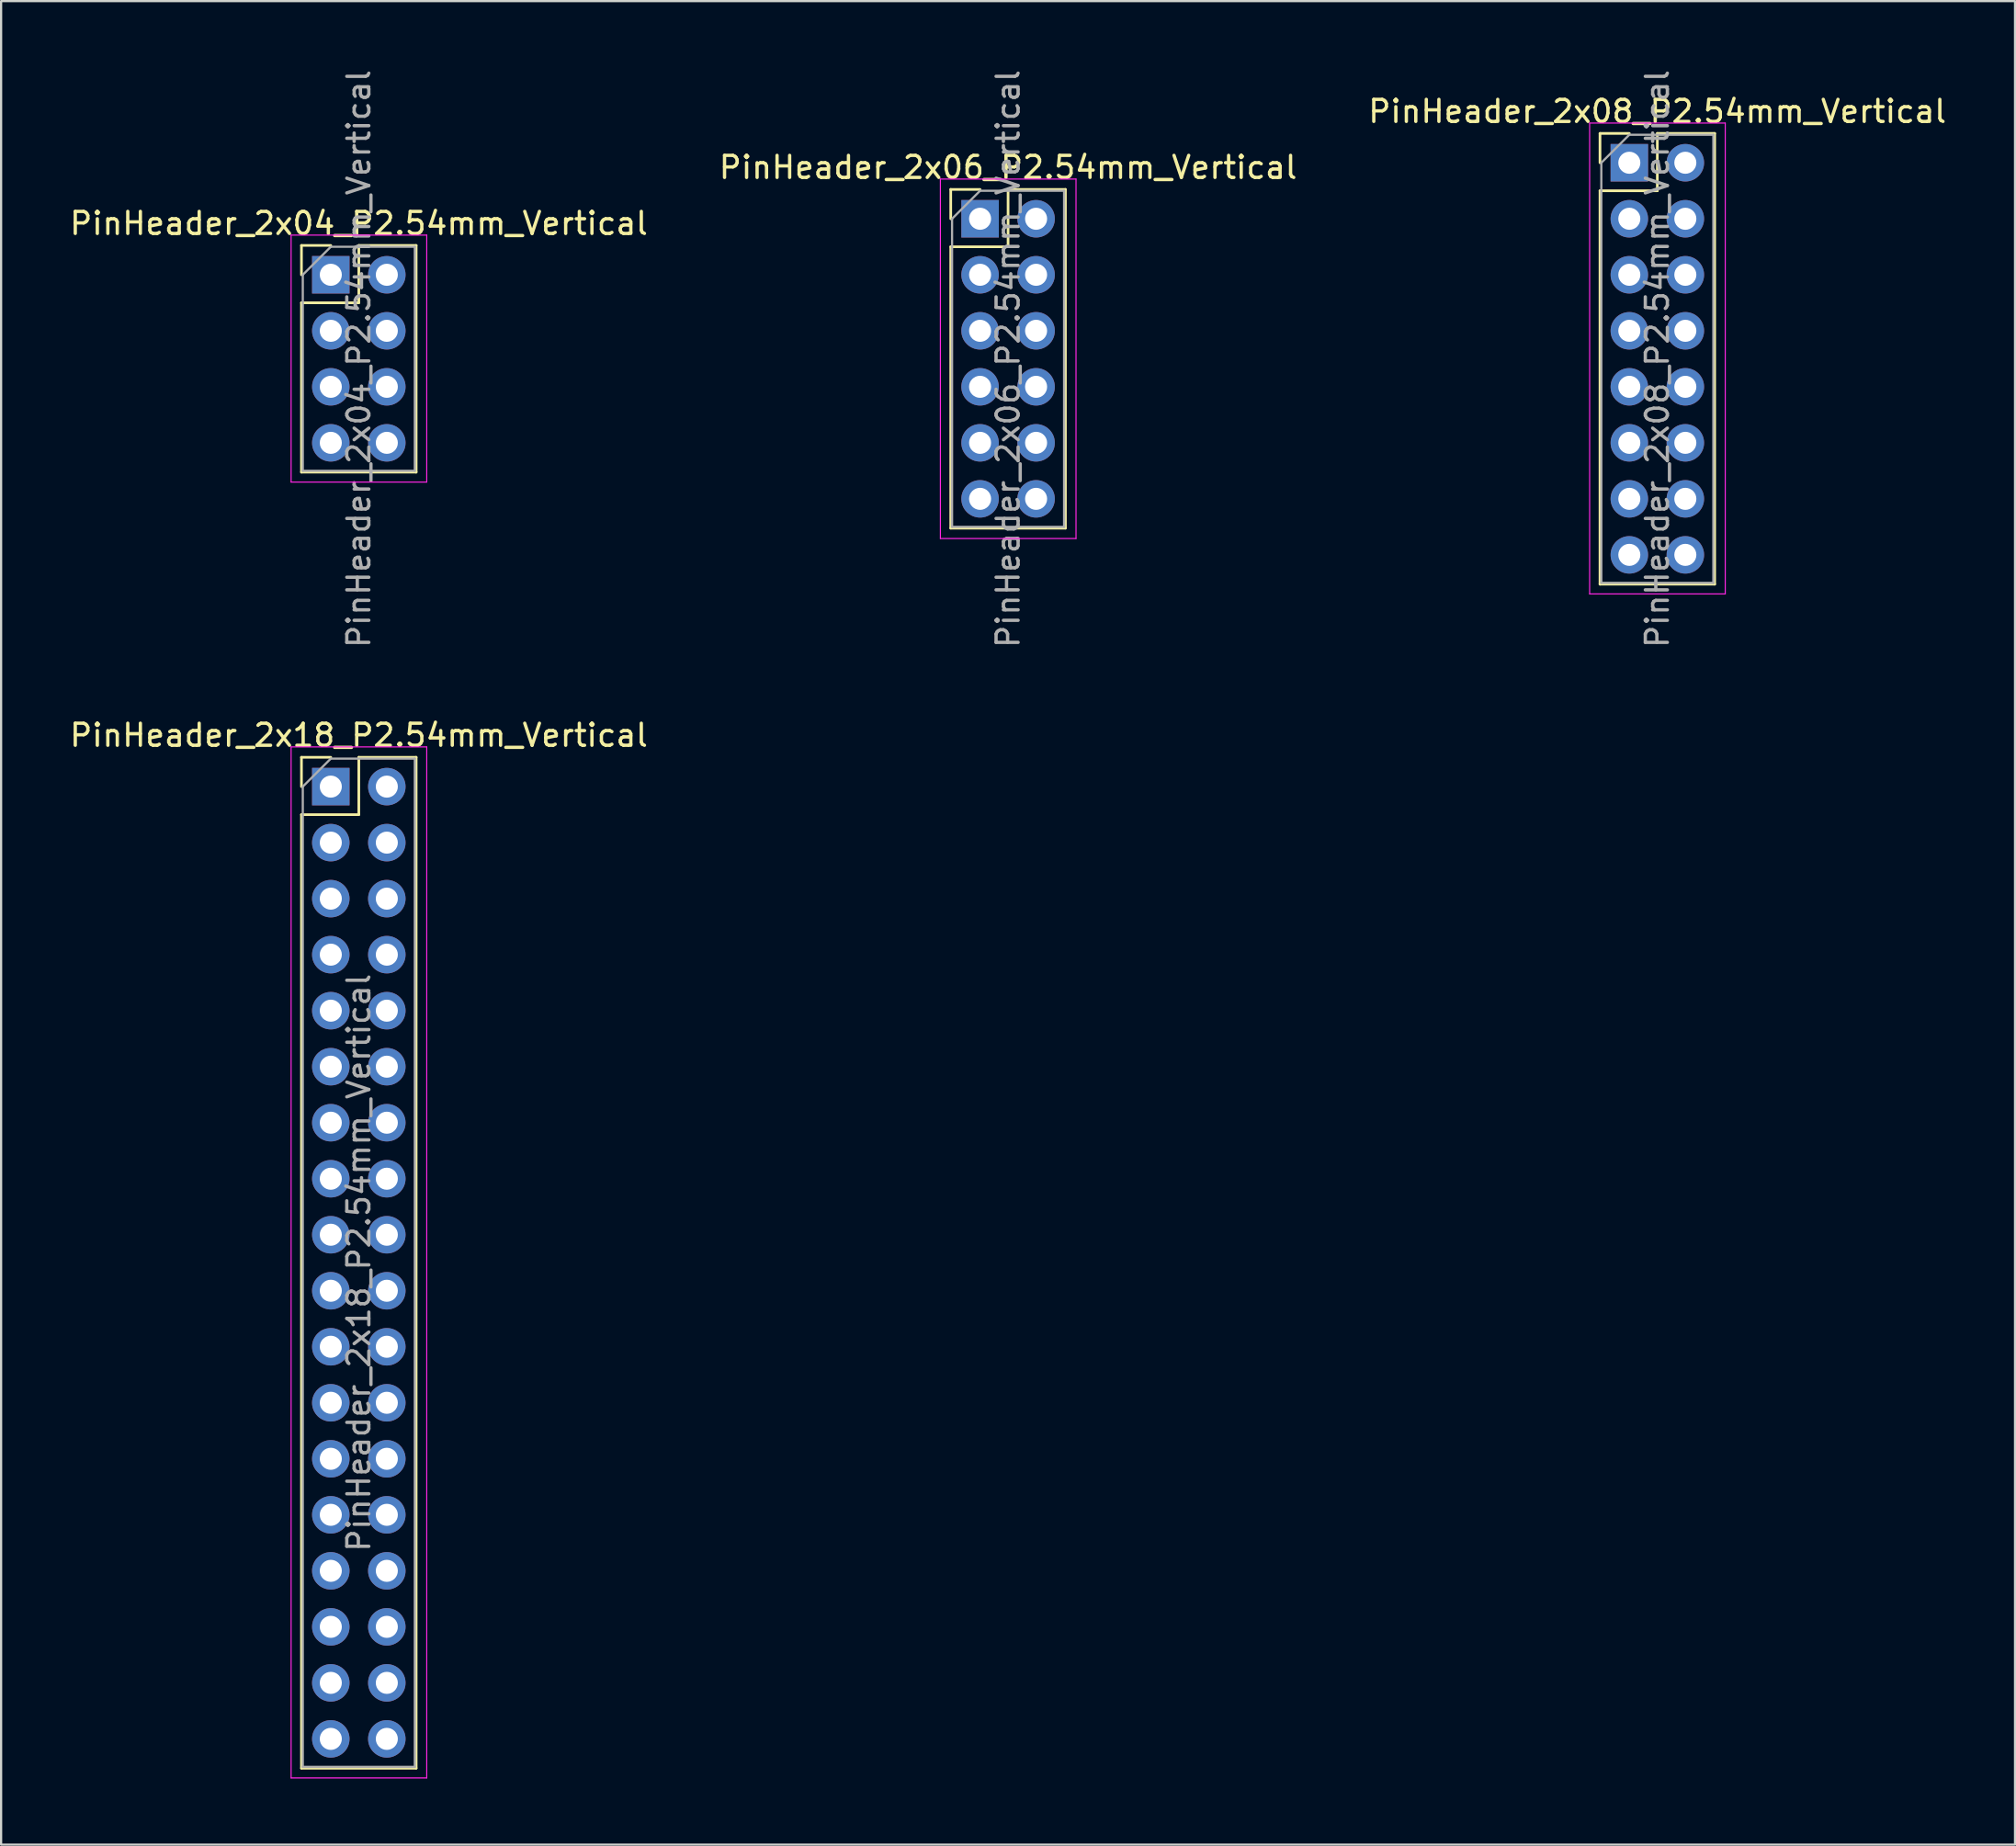
<source format=kicad_pcb>
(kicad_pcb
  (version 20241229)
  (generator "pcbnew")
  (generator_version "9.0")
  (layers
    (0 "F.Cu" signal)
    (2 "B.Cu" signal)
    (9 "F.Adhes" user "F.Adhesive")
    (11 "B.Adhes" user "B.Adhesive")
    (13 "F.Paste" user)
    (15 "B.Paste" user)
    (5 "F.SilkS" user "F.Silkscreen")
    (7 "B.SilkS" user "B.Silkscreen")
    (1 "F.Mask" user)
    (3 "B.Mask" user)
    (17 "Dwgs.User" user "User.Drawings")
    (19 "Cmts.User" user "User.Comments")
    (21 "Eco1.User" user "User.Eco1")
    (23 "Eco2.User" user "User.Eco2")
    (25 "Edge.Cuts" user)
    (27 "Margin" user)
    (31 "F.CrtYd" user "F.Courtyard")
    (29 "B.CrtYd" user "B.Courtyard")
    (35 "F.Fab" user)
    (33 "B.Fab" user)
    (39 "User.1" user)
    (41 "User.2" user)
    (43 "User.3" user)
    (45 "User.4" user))
  (footprint "PinHeader_2x06_P2.54mm_Vertical"
    (layer "F.Cu")
    (at 41.391 6.87)
    (property "Reference" "PinHeader_2x06_P2.54mm_Vertical" (at 1.27 -2.33 0) (layer "F.SilkS") (effects (font (size 1 1) (thickness 0.15))))
    (attr through_hole)
    (fp_line (start -1.33 -1.33) (end 0 -1.33) (stroke (width 0.12) (type solid)) (layer "F.SilkS"))
    (fp_line (start -1.33 0) (end -1.33 -1.33) (stroke (width 0.12) (type solid)) (layer "F.SilkS"))
    (fp_line (start -1.33 1.27) (end -1.33 14.03) (stroke (width 0.12) (type solid)) (layer "F.SilkS"))
    (fp_line (start -1.33 1.27) (end 1.27 1.27) (stroke (width 0.12) (type solid)) (layer "F.SilkS"))
    (fp_line (start -1.33 14.03) (end 3.87 14.03) (stroke (width 0.12) (type solid)) (layer "F.SilkS"))
    (fp_line (start 1.27 -1.33) (end 3.87 -1.33) (stroke (width 0.12) (type solid)) (layer "F.SilkS"))
    (fp_line (start 1.27 1.27) (end 1.27 -1.33) (stroke (width 0.12) (type solid)) (layer "F.SilkS"))
    (fp_line (start 3.87 -1.33) (end 3.87 14.03) (stroke (width 0.12) (type solid)) (layer "F.SilkS"))
    (fp_line (start -1.8 -1.8) (end -1.8 14.5) (stroke (width 0.05) (type solid)) (layer "F.CrtYd"))
    (fp_line (start -1.8 14.5) (end 4.35 14.5) (stroke (width 0.05) (type solid)) (layer "F.CrtYd"))
    (fp_line (start 4.35 -1.8) (end -1.8 -1.8) (stroke (width 0.05) (type solid)) (layer "F.CrtYd"))
    (fp_line (start 4.35 14.5) (end 4.35 -1.8) (stroke (width 0.05) (type solid)) (layer "F.CrtYd"))
    (fp_line (start -1.27 0) (end 0 -1.27) (stroke (width 0.1) (type solid)) (layer "F.Fab"))
    (fp_line (start -1.27 13.97) (end -1.27 0) (stroke (width 0.1) (type solid)) (layer "F.Fab"))
    (fp_line (start 0 -1.27) (end 3.81 -1.27) (stroke (width 0.1) (type solid)) (layer "F.Fab"))
    (fp_line (start 3.81 -1.27) (end 3.81 13.97) (stroke (width 0.1) (type solid)) (layer "F.Fab"))
    (fp_line (start 3.81 13.97) (end -1.27 13.97) (stroke (width 0.1) (type solid)) (layer "F.Fab"))
    (fp_text user "${REFERENCE}" (at 1.27 6.35 90) (layer "F.Fab") (effects (font (size 1 1) (thickness 0.15))))
    (pad "1" thru_hole rect (at 0 0) (size 1.7 1.7) (drill 1) (layers "*.Cu" "*.Mask"))
    (pad "2" thru_hole oval (at 2.54 0) (size 1.7 1.7) (drill 1) (layers "*.Cu" "*.Mask"))
    (pad "3" thru_hole oval (at 0 2.54) (size 1.7 1.7) (drill 1) (layers "*.Cu" "*.Mask"))
    (pad "4" thru_hole oval (at 2.54 2.54) (size 1.7 1.7) (drill 1) (layers "*.Cu" "*.Mask"))
    (pad "5" thru_hole oval (at 0 5.08) (size 1.7 1.7) (drill 1) (layers "*.Cu" "*.Mask"))
    (pad "6" thru_hole oval (at 2.54 5.08) (size 1.7 1.7) (drill 1) (layers "*.Cu" "*.Mask"))
    (pad "7" thru_hole oval (at 0 7.62) (size 1.7 1.7) (drill 1) (layers "*.Cu" "*.Mask"))
    (pad "8" thru_hole oval (at 2.54 7.62) (size 1.7 1.7) (drill 1) (layers "*.Cu" "*.Mask"))
    (pad "9" thru_hole oval (at 0 10.16) (size 1.7 1.7) (drill 1) (layers "*.Cu" "*.Mask"))
    (pad "10" thru_hole oval (at 2.54 10.16) (size 1.7 1.7) (drill 1) (layers "*.Cu" "*.Mask"))
    (pad "11" thru_hole oval (at 0 12.7) (size 1.7 1.7) (drill 1) (layers "*.Cu" "*.Mask"))
    (pad "12" thru_hole oval (at 2.54 12.7) (size 1.7 1.7) (drill 1) (layers "*.Cu" "*.Mask")))
  (footprint "PinHeader_2x18_P2.54mm_Vertical"
    (layer "F.Cu")
    (at 11.95 32.619)
    (property "Reference" "PinHeader_2x18_P2.54mm_Vertical" (at 1.27 -2.33 180) (layer "F.SilkS") (effects (font (size 1 1) (thickness 0.15))))
    (attr through_hole)
    (fp_line (start -1.33 -1.33) (end 0 -1.33) (stroke (width 0.12) (type solid)) (layer "F.SilkS"))
    (fp_line (start -1.33 0) (end -1.33 -1.33) (stroke (width 0.12) (type solid)) (layer "F.SilkS"))
    (fp_line (start -1.33 1.27) (end -1.33 44.51) (stroke (width 0.12) (type solid)) (layer "F.SilkS"))
    (fp_line (start -1.33 1.27) (end 1.27 1.27) (stroke (width 0.12) (type solid)) (layer "F.SilkS"))
    (fp_line (start -1.33 44.51) (end 3.87 44.51) (stroke (width 0.12) (type solid)) (layer "F.SilkS"))
    (fp_line (start 1.27 -1.33) (end 3.87 -1.33) (stroke (width 0.12) (type solid)) (layer "F.SilkS"))
    (fp_line (start 1.27 1.27) (end 1.27 -1.33) (stroke (width 0.12) (type solid)) (layer "F.SilkS"))
    (fp_line (start 3.87 -1.33) (end 3.87 44.51) (stroke (width 0.12) (type solid)) (layer "F.SilkS"))
    (fp_line (start -1.8 -1.8) (end -1.8 44.95) (stroke (width 0.05) (type solid)) (layer "F.CrtYd"))
    (fp_line (start -1.8 44.95) (end 4.35 44.95) (stroke (width 0.05) (type solid)) (layer "F.CrtYd"))
    (fp_line (start 4.35 -1.8) (end -1.8 -1.8) (stroke (width 0.05) (type solid)) (layer "F.CrtYd"))
    (fp_line (start 4.35 44.95) (end 4.35 -1.8) (stroke (width 0.05) (type solid)) (layer "F.CrtYd"))
    (fp_line (start -1.27 0) (end 0 -1.27) (stroke (width 0.1) (type solid)) (layer "F.Fab"))
    (fp_line (start -1.27 44.45) (end -1.27 0) (stroke (width 0.1) (type solid)) (layer "F.Fab"))
    (fp_line (start 0 -1.27) (end 3.81 -1.27) (stroke (width 0.1) (type solid)) (layer "F.Fab"))
    (fp_line (start 3.81 -1.27) (end 3.81 44.45) (stroke (width 0.1) (type solid)) (layer "F.Fab"))
    (fp_line (start 3.81 44.45) (end -1.27 44.45) (stroke (width 0.1) (type solid)) (layer "F.Fab"))
    (fp_text user "${REFERENCE}" (at 1.27 21.59 90) (layer "F.Fab") (effects (font (size 1 1) (thickness 0.15))))
    (pad "1" thru_hole rect (at 0 0) (size 1.7 1.7) (drill 1) (layers "*.Cu" "*.Mask"))
    (pad "2" thru_hole oval (at 2.54 0) (size 1.7 1.7) (drill 1) (layers "*.Cu" "*.Mask"))
    (pad "3" thru_hole oval (at 0 2.54) (size 1.7 1.7) (drill 1) (layers "*.Cu" "*.Mask"))
    (pad "4" thru_hole oval (at 2.54 2.54) (size 1.7 1.7) (drill 1) (layers "*.Cu" "*.Mask"))
    (pad "5" thru_hole oval (at 0 5.08) (size 1.7 1.7) (drill 1) (layers "*.Cu" "*.Mask"))
    (pad "6" thru_hole oval (at 2.54 5.08) (size 1.7 1.7) (drill 1) (layers "*.Cu" "*.Mask"))
    (pad "7" thru_hole oval (at 0 7.62) (size 1.7 1.7) (drill 1) (layers "*.Cu" "*.Mask"))
    (pad "8" thru_hole oval (at 2.54 7.62) (size 1.7 1.7) (drill 1) (layers "*.Cu" "*.Mask"))
    (pad "9" thru_hole oval (at 0 10.16) (size 1.7 1.7) (drill 1) (layers "*.Cu" "*.Mask"))
    (pad "10" thru_hole oval (at 2.54 10.16) (size 1.7 1.7) (drill 1) (layers "*.Cu" "*.Mask"))
    (pad "11" thru_hole oval (at 0 12.7) (size 1.7 1.7) (drill 1) (layers "*.Cu" "*.Mask"))
    (pad "12" thru_hole oval (at 2.54 12.7) (size 1.7 1.7) (drill 1) (layers "*.Cu" "*.Mask"))
    (pad "13" thru_hole oval (at 0 15.24) (size 1.7 1.7) (drill 1) (layers "*.Cu" "*.Mask"))
    (pad "14" thru_hole oval (at 2.54 15.24) (size 1.7 1.7) (drill 1) (layers "*.Cu" "*.Mask"))
    (pad "15" thru_hole oval (at 0 17.78) (size 1.7 1.7) (drill 1) (layers "*.Cu" "*.Mask"))
    (pad "16" thru_hole oval (at 2.54 17.78) (size 1.7 1.7) (drill 1) (layers "*.Cu" "*.Mask"))
    (pad "17" thru_hole oval (at 0 20.32) (size 1.7 1.7) (drill 1) (layers "*.Cu" "*.Mask"))
    (pad "18" thru_hole oval (at 2.54 20.32) (size 1.7 1.7) (drill 1) (layers "*.Cu" "*.Mask"))
    (pad "19" thru_hole oval (at 0 22.86) (size 1.7 1.7) (drill 1) (layers "*.Cu" "*.Mask"))
    (pad "20" thru_hole oval (at 2.54 22.86) (size 1.7 1.7) (drill 1) (layers "*.Cu" "*.Mask"))
    (pad "21" thru_hole oval (at 0 25.4) (size 1.7 1.7) (drill 1) (layers "*.Cu" "*.Mask"))
    (pad "22" thru_hole oval (at 2.54 25.4) (size 1.7 1.7) (drill 1) (layers "*.Cu" "*.Mask"))
    (pad "23" thru_hole oval (at 0 27.94) (size 1.7 1.7) (drill 1) (layers "*.Cu" "*.Mask"))
    (pad "24" thru_hole oval (at 2.54 27.94) (size 1.7 1.7) (drill 1) (layers "*.Cu" "*.Mask"))
    (pad "25" thru_hole oval (at 0 30.48) (size 1.7 1.7) (drill 1) (layers "*.Cu" "*.Mask"))
    (pad "26" thru_hole oval (at 2.54 30.48) (size 1.7 1.7) (drill 1) (layers "*.Cu" "*.Mask"))
    (pad "27" thru_hole oval (at 0 33.02) (size 1.7 1.7) (drill 1) (layers "*.Cu" "*.Mask"))
    (pad "28" thru_hole oval (at 2.54 33.02) (size 1.7 1.7) (drill 1) (layers "*.Cu" "*.Mask"))
    (pad "29" thru_hole oval (at 0 35.56) (size 1.7 1.7) (drill 1) (layers "*.Cu" "*.Mask"))
    (pad "30" thru_hole oval (at 2.54 35.56) (size 1.7 1.7) (drill 1) (layers "*.Cu" "*.Mask"))
    (pad "31" thru_hole oval (at 0 38.1) (size 1.7 1.7) (drill 1) (layers "*.Cu" "*.Mask"))
    (pad "32" thru_hole oval (at 2.54 38.1) (size 1.7 1.7) (drill 1) (layers "*.Cu" "*.Mask"))
    (pad "33" thru_hole oval (at 0 40.64) (size 1.7 1.7) (drill 1) (layers "*.Cu" "*.Mask"))
    (pad "34" thru_hole oval (at 2.54 40.64) (size 1.7 1.7) (drill 1) (layers "*.Cu" "*.Mask"))
    (pad "35" thru_hole oval (at 0 43.18) (size 1.7 1.7) (drill 1) (layers "*.Cu" "*.Mask"))
    (pad "36" thru_hole oval (at 2.54 43.18) (size 1.7 1.7) (drill 1) (layers "*.Cu" "*.Mask")))
  (footprint "PinHeader_2x08_P2.54mm_Vertical"
    (layer "F.Cu")
    (at 70.831 4.33)
    (property "Reference" "PinHeader_2x08_P2.54mm_Vertical" (at 1.27 -2.33 0) (layer "F.SilkS") (effects (font (size 1 1) (thickness 0.15))))
    (attr through_hole)
    (fp_line (start -1.33 -1.33) (end 0 -1.33) (stroke (width 0.12) (type solid)) (layer "F.SilkS"))
    (fp_line (start -1.33 0) (end -1.33 -1.33) (stroke (width 0.12) (type solid)) (layer "F.SilkS"))
    (fp_line (start -1.33 1.27) (end -1.33 19.11) (stroke (width 0.12) (type solid)) (layer "F.SilkS"))
    (fp_line (start -1.33 1.27) (end 1.27 1.27) (stroke (width 0.12) (type solid)) (layer "F.SilkS"))
    (fp_line (start -1.33 19.11) (end 3.87 19.11) (stroke (width 0.12) (type solid)) (layer "F.SilkS"))
    (fp_line (start 1.27 -1.33) (end 3.87 -1.33) (stroke (width 0.12) (type solid)) (layer "F.SilkS"))
    (fp_line (start 1.27 1.27) (end 1.27 -1.33) (stroke (width 0.12) (type solid)) (layer "F.SilkS"))
    (fp_line (start 3.87 -1.33) (end 3.87 19.11) (stroke (width 0.12) (type solid)) (layer "F.SilkS"))
    (fp_line (start -1.8 -1.8) (end -1.8 19.55) (stroke (width 0.05) (type solid)) (layer "F.CrtYd"))
    (fp_line (start -1.8 19.55) (end 4.35 19.55) (stroke (width 0.05) (type solid)) (layer "F.CrtYd"))
    (fp_line (start 4.35 -1.8) (end -1.8 -1.8) (stroke (width 0.05) (type solid)) (layer "F.CrtYd"))
    (fp_line (start 4.35 19.55) (end 4.35 -1.8) (stroke (width 0.05) (type solid)) (layer "F.CrtYd"))
    (fp_line (start -1.27 0) (end 0 -1.27) (stroke (width 0.1) (type solid)) (layer "F.Fab"))
    (fp_line (start -1.27 19.05) (end -1.27 0) (stroke (width 0.1) (type solid)) (layer "F.Fab"))
    (fp_line (start 0 -1.27) (end 3.81 -1.27) (stroke (width 0.1) (type solid)) (layer "F.Fab"))
    (fp_line (start 3.81 -1.27) (end 3.81 19.05) (stroke (width 0.1) (type solid)) (layer "F.Fab"))
    (fp_line (start 3.81 19.05) (end -1.27 19.05) (stroke (width 0.1) (type solid)) (layer "F.Fab"))
    (fp_text user "${REFERENCE}" (at 1.27 8.89 270) (layer "F.Fab") (effects (font (size 1 1) (thickness 0.15))))
    (pad "1" thru_hole rect (at 0 0) (size 1.7 1.7) (drill 1) (layers "*.Cu" "*.Mask"))
    (pad "2" thru_hole oval (at 2.54 0) (size 1.7 1.7) (drill 1) (layers "*.Cu" "*.Mask"))
    (pad "3" thru_hole oval (at 0 2.54) (size 1.7 1.7) (drill 1) (layers "*.Cu" "*.Mask"))
    (pad "4" thru_hole oval (at 2.54 2.54) (size 1.7 1.7) (drill 1) (layers "*.Cu" "*.Mask"))
    (pad "5" thru_hole oval (at 0 5.08) (size 1.7 1.7) (drill 1) (layers "*.Cu" "*.Mask"))
    (pad "6" thru_hole oval (at 2.54 5.08) (size 1.7 1.7) (drill 1) (layers "*.Cu" "*.Mask"))
    (pad "7" thru_hole oval (at 0 7.62) (size 1.7 1.7) (drill 1) (layers "*.Cu" "*.Mask"))
    (pad "8" thru_hole oval (at 2.54 7.62) (size 1.7 1.7) (drill 1) (layers "*.Cu" "*.Mask"))
    (pad "9" thru_hole oval (at 0 10.16) (size 1.7 1.7) (drill 1) (layers "*.Cu" "*.Mask"))
    (pad "10" thru_hole oval (at 2.54 10.16) (size 1.7 1.7) (drill 1) (layers "*.Cu" "*.Mask"))
    (pad "11" thru_hole oval (at 0 12.7) (size 1.7 1.7) (drill 1) (layers "*.Cu" "*.Mask"))
    (pad "12" thru_hole oval (at 2.54 12.7) (size 1.7 1.7) (drill 1) (layers "*.Cu" "*.Mask"))
    (pad "13" thru_hole oval (at 0 15.24) (size 1.7 1.7) (drill 1) (layers "*.Cu" "*.Mask"))
    (pad "14" thru_hole oval (at 2.54 15.24) (size 1.7 1.7) (drill 1) (layers "*.Cu" "*.Mask"))
    (pad "15" thru_hole oval (at 0 17.78) (size 1.7 1.7) (drill 1) (layers "*.Cu" "*.Mask"))
    (pad "16" thru_hole oval (at 2.54 17.78) (size 1.7 1.7) (drill 1) (layers "*.Cu" "*.Mask")))
  (footprint "PinHeader_2x04_P2.54mm_Vertical"
    (layer "F.Cu")
    (at 11.95 9.41)
    (property "Reference" "PinHeader_2x04_P2.54mm_Vertical" (at 1.27 -2.33 0) (layer "F.SilkS") (effects (font (size 1 1) (thickness 0.15))))
    (attr through_hole)
    (fp_line (start -1.33 -1.33) (end 0 -1.33) (stroke (width 0.12) (type solid)) (layer "F.SilkS"))
    (fp_line (start -1.33 0) (end -1.33 -1.33) (stroke (width 0.12) (type solid)) (layer "F.SilkS"))
    (fp_line (start -1.33 1.27) (end -1.33 8.95) (stroke (width 0.12) (type solid)) (layer "F.SilkS"))
    (fp_line (start -1.33 1.27) (end 1.27 1.27) (stroke (width 0.12) (type solid)) (layer "F.SilkS"))
    (fp_line (start -1.33 8.95) (end 3.87 8.95) (stroke (width 0.12) (type solid)) (layer "F.SilkS"))
    (fp_line (start 1.27 -1.33) (end 3.87 -1.33) (stroke (width 0.12) (type solid)) (layer "F.SilkS"))
    (fp_line (start 1.27 1.27) (end 1.27 -1.33) (stroke (width 0.12) (type solid)) (layer "F.SilkS"))
    (fp_line (start 3.87 -1.33) (end 3.87 8.95) (stroke (width 0.12) (type solid)) (layer "F.SilkS"))
    (fp_line (start -1.8 -1.8) (end -1.8 9.4) (stroke (width 0.05) (type solid)) (layer "F.CrtYd"))
    (fp_line (start -1.8 9.4) (end 4.35 9.4) (stroke (width 0.05) (type solid)) (layer "F.CrtYd"))
    (fp_line (start 4.35 -1.8) (end -1.8 -1.8) (stroke (width 0.05) (type solid)) (layer "F.CrtYd"))
    (fp_line (start 4.35 9.4) (end 4.35 -1.8) (stroke (width 0.05) (type solid)) (layer "F.CrtYd"))
    (fp_line (start -1.27 0) (end 0 -1.27) (stroke (width 0.1) (type solid)) (layer "F.Fab"))
    (fp_line (start -1.27 8.89) (end -1.27 0) (stroke (width 0.1) (type solid)) (layer "F.Fab"))
    (fp_line (start 0 -1.27) (end 3.81 -1.27) (stroke (width 0.1) (type solid)) (layer "F.Fab"))
    (fp_line (start 3.81 -1.27) (end 3.81 8.89) (stroke (width 0.1) (type solid)) (layer "F.Fab"))
    (fp_line (start 3.81 8.89) (end -1.27 8.89) (stroke (width 0.1) (type solid)) (layer "F.Fab"))
    (fp_text user "${REFERENCE}" (at 1.27 3.81 90) (layer "F.Fab") (effects (font (size 1 1) (thickness 0.15))))
    (pad "1" thru_hole rect (at 0 0) (size 1.7 1.7) (drill 1) (layers "*.Cu" "*.Mask"))
    (pad "2" thru_hole oval (at 2.54 0) (size 1.7 1.7) (drill 1) (layers "*.Cu" "*.Mask"))
    (pad "3" thru_hole oval (at 0 2.54) (size 1.7 1.7) (drill 1) (layers "*.Cu" "*.Mask"))
    (pad "4" thru_hole oval (at 2.54 2.54) (size 1.7 1.7) (drill 1) (layers "*.Cu" "*.Mask"))
    (pad "5" thru_hole oval (at 0 5.08) (size 1.7 1.7) (drill 1) (layers "*.Cu" "*.Mask"))
    (pad "6" thru_hole oval (at 2.54 5.08) (size 1.7 1.7) (drill 1) (layers "*.Cu" "*.Mask"))
    (pad "7" thru_hole oval (at 0 7.62) (size 1.7 1.7) (drill 1) (layers "*.Cu" "*.Mask"))
    (pad "8" thru_hole oval (at 2.54 7.62) (size 1.7 1.7) (drill 1) (layers "*.Cu" "*.Mask")))
  (gr_rect
    (start -3 -3)
    (end 88.321 80.594)
    (stroke (width 0.1) (type default))
    (fill no)
    (layer "Edge.Cuts")))
</source>
